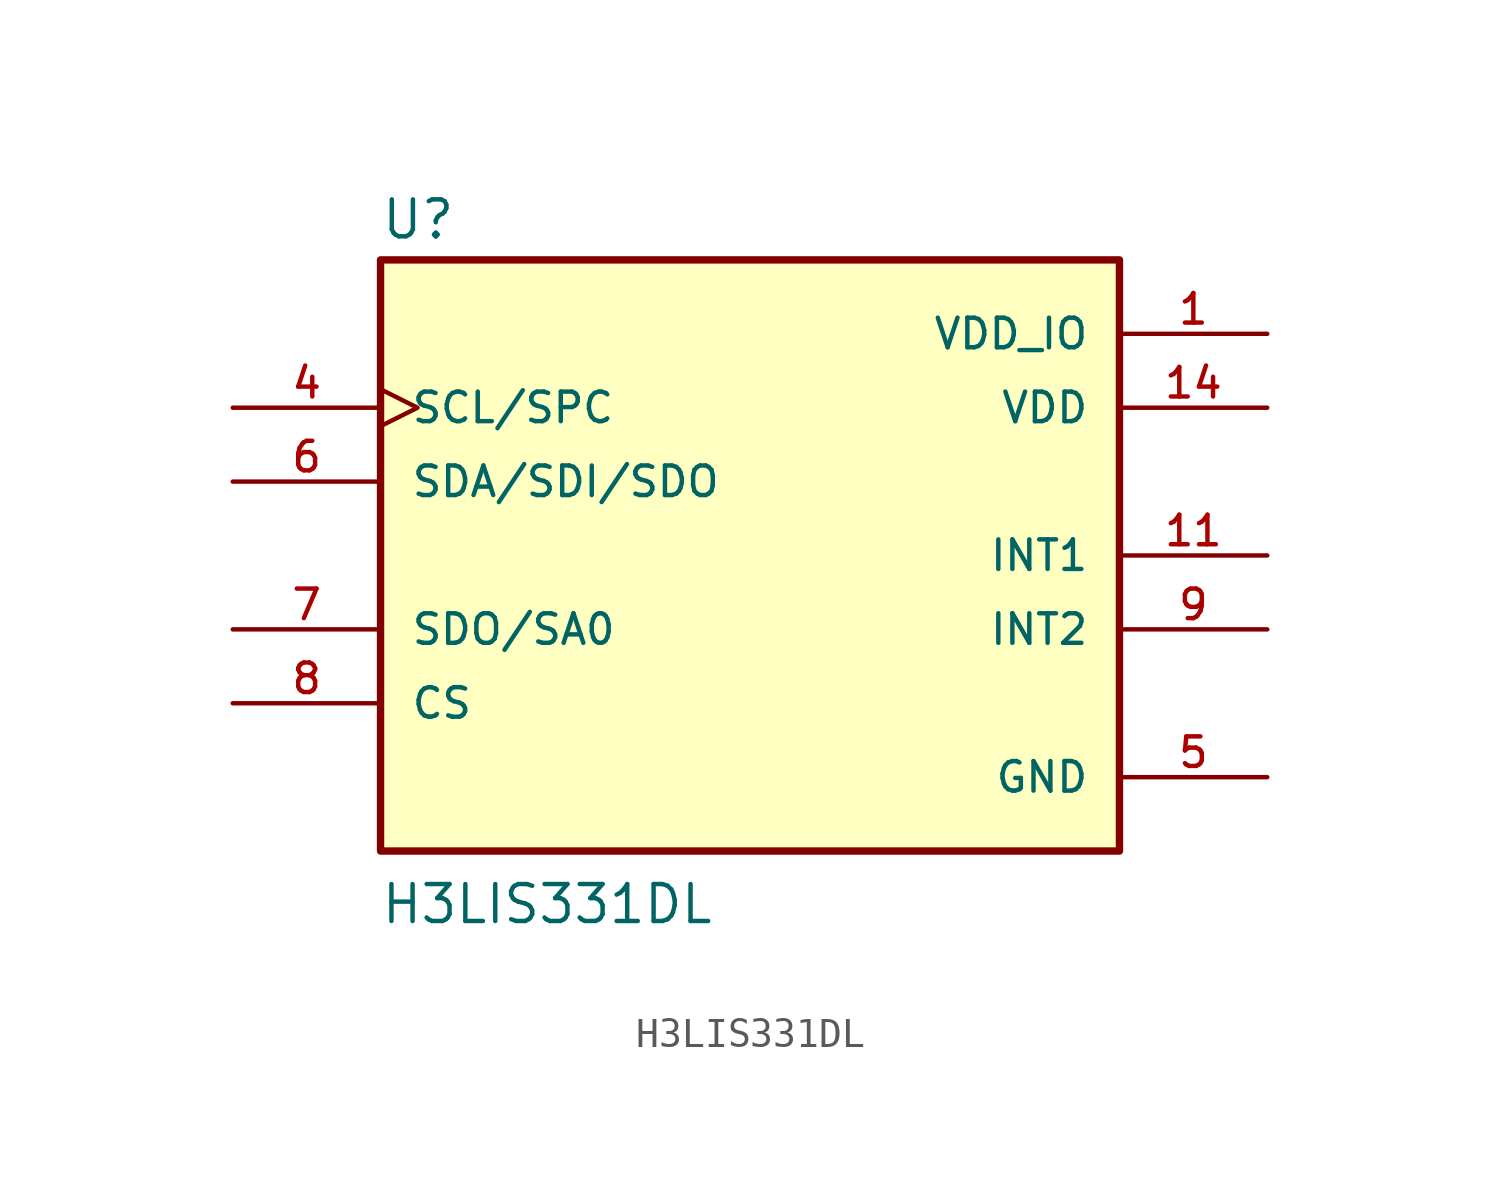
<source format=kicad_sym>
(kicad_symbol_lib
  (version 20211014)
  (generator kicad_symbol_editor)
  (symbol "H3LIS331DL"
    (pin_names
      (offset 1.016))
    (property "Reference" "U"
      (at -12.715 10.808 0)
      (effects (font (size 1.27 1.27)) (justify bottom left)))
    (property "Value" "H3LIS331DL"
      (at -12.727 -12.727 0)
      (effects (font (size 1.27 1.27)) (justify bottom left)))
    (symbol "H3LIS331DL_0_0"
      (rectangle (start -12.7 -10.16) (end 12.7 10.16) (stroke (width 0.254)) (fill (type background)))
      (pin power_in line (at 17.78 7.62 180.0) (length 5.08) (name "VDD_IO" (effects (font (size 1.016 1.016)))) (number "1" (effects (font (size 1.016 1.016)))))
      (pin input clock (at -17.78 5.08 0) (length 5.08) (name "SCL/SPC" (effects (font (size 1.016 1.016)))) (number "4" (effects (font (size 1.016 1.016)))))
      (pin bidirectional line (at -17.78 2.54 0) (length 5.08) (name "SDA/SDI/SDO" (effects (font (size 1.016 1.016)))) (number "6" (effects (font (size 1.016 1.016)))))
      (pin power_in line (at 17.78 -7.62 180.0) (length 5.08) (name "GND" (effects (font (size 1.016 1.016)))) (number "5" (effects (font (size 1.016 1.016)))))
      (pin power_in line (at 17.78 -7.62 180.0) (length 5.08) hide (name "GND" (effects (font (size 1.016 1.016)))) (number "10" (effects (font (size 1.016 1.016)))))
      (pin power_in line (at 17.78 -7.62 180.0) (length 5.08) hide (name "GND" (effects (font (size 1.016 1.016)))) (number "12" (effects (font (size 1.016 1.016)))))
      (pin power_in line (at 17.78 -7.62 180.0) (length 5.08) hide (name "GND" (effects (font (size 1.016 1.016)))) (number "13" (effects (font (size 1.016 1.016)))))
      (pin power_in line (at 17.78 -7.62 180.0) (length 5.08) hide (name "GND" (effects (font (size 1.016 1.016)))) (number "16" (effects (font (size 1.016 1.016)))))
      (pin bidirectional line (at -17.78 -2.54 0) (length 5.08) (name "SDO/SA0" (effects (font (size 1.016 1.016)))) (number "7" (effects (font (size 1.016 1.016)))))
      (pin input line (at -17.78 -5.08 0) (length 5.08) (name "CS" (effects (font (size 1.016 1.016)))) (number "8" (effects (font (size 1.016 1.016)))))
      (pin output line (at 17.78 -2.54 180.0) (length 5.08) (name "INT2" (effects (font (size 1.016 1.016)))) (number "9" (effects (font (size 1.016 1.016)))))
      (pin output line (at 17.78 0.0 180.0) (length 5.08) (name "INT1" (effects (font (size 1.016 1.016)))) (number "11" (effects (font (size 1.016 1.016)))))
      (pin power_in line (at 17.78 5.08 180.0) (length 5.08) (name "VDD" (effects (font (size 1.016 1.016)))) (number "14" (effects (font (size 1.016 1.016)))))
      (pin power_in line (at 17.78 5.08 180.0) (length 5.08) hide (name "VDD" (effects (font (size 1.016 1.016)))) (number "15" (effects (font (size 1.016 1.016))))))))
</source>
